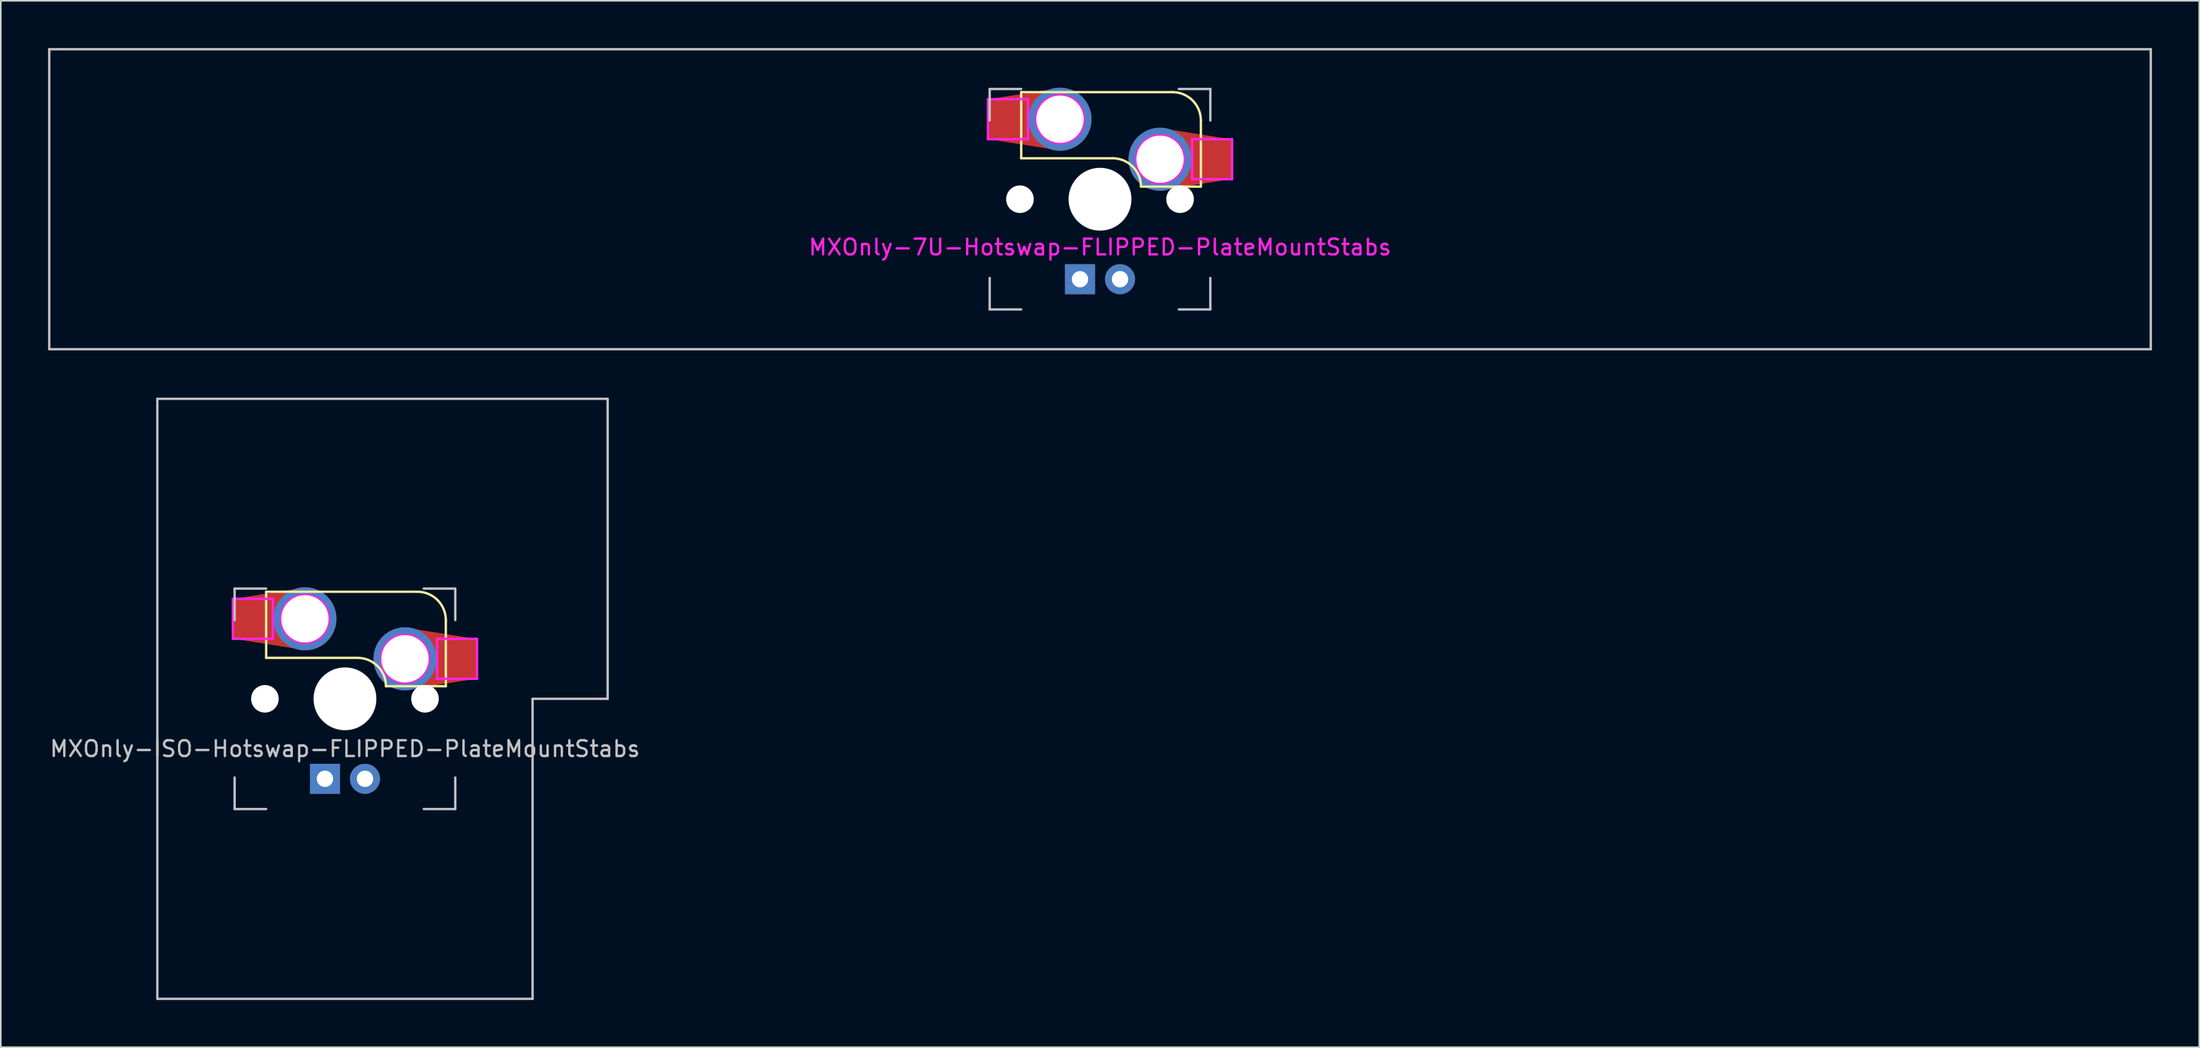
<source format=kicad_pcb>
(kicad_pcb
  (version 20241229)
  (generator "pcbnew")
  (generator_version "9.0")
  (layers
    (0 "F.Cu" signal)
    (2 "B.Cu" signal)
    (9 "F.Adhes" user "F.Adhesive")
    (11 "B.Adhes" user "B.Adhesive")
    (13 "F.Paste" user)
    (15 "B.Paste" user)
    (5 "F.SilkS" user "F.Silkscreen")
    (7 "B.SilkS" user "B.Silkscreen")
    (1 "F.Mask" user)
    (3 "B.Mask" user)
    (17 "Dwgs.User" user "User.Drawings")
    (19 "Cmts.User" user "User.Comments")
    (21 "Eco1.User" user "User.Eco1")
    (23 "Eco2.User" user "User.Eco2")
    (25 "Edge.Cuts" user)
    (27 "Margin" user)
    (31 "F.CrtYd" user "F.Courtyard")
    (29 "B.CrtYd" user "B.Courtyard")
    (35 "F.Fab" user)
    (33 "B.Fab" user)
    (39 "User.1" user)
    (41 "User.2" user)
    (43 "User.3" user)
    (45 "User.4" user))
  (footprint "MXOnly-ISO-Hotswap-FLIPPED-PlateMountStabs"
    (layer "F.Cu")
    (at 18.839 41.325)
    (property "Reference" "MXOnly-ISO-Hotswap-FLIPPED-PlateMountStabs" (at 0 3.175 180) (layer "Dwgs.User") (effects (font (size 1 1) (thickness 0.15))))
    (attr through_hole)
    (fp_line (start -5 -6.8) (end 4.6 -6.8) (stroke (width 0.15) (type solid)) (layer "F.SilkS"))
    (fp_line (start -5 -2.6) (end -5 -6.8) (stroke (width 0.15) (type solid)) (layer "F.SilkS"))
    (fp_line (start 0.8 -2.6) (end -5 -2.6) (stroke (width 0.15) (type solid)) (layer "F.SilkS"))
    (fp_line (start 6.4 -5) (end 6.4 -0.8) (stroke (width 0.15) (type solid)) (layer "F.SilkS"))
    (fp_line (start 6.4 -0.8) (end 2.6 -0.8) (stroke (width 0.15) (type solid)) (layer "F.SilkS"))
    (fp_arc (start 0.8 -2.6) (mid 2.072792 -2.072792) (end 2.6 -0.8) (stroke (width 0.15) (type solid)) (layer "F.SilkS"))
    (fp_arc (start 4.6 -6.8) (mid 5.872792 -6.272792) (end 6.4 -5) (stroke (width 0.15) (type solid)) (layer "F.SilkS"))
    (fp_poly (pts (xy -5.08 -3.493) (xy -7.112 -3.81) (xy -7.112 -6.35) (xy -5.08 -6.668)) (stroke (width 0.1) (type solid)) (fill yes) (layer "F.Paste"))
    (fp_poly (pts (xy 6.477 -4.064) (xy 8.509 -3.747) (xy 8.509 -1.206) (xy 6.477 -0.889)) (stroke (width 0.1) (type solid)) (fill yes) (layer "F.Paste"))
    (fp_line (start -11.906 -19.05) (end -11.906 19.05) (stroke (width 0.15) (type solid)) (layer "Dwgs.User"))
    (fp_line (start -7 -7) (end -7 -5) (stroke (width 0.15) (type solid)) (layer "Dwgs.User"))
    (fp_line (start -7 7) (end -7 5) (stroke (width 0.15) (type solid)) (layer "Dwgs.User"))
    (fp_line (start -5 -7) (end -7 -7) (stroke (width 0.15) (type solid)) (layer "Dwgs.User"))
    (fp_line (start -5 7) (end -7 7) (stroke (width 0.15) (type solid)) (layer "Dwgs.User"))
    (fp_line (start 5 -7) (end 7 -7) (stroke (width 0.15) (type solid)) (layer "Dwgs.User"))
    (fp_line (start 7 -7) (end 7 -5) (stroke (width 0.15) (type solid)) (layer "Dwgs.User"))
    (fp_line (start 7 5) (end 7 7) (stroke (width 0.15) (type solid)) (layer "Dwgs.User"))
    (fp_line (start 7 7) (end 5 7) (stroke (width 0.15) (type solid)) (layer "Dwgs.User"))
    (fp_line (start 11.906 0) (end 16.669 0) (stroke (width 0.15) (type solid)) (layer "Dwgs.User"))
    (fp_line (start 11.906 19.05) (end -11.906 19.05) (stroke (width 0.15) (type solid)) (layer "Dwgs.User"))
    (fp_line (start 11.906 19.05) (end 11.906 0) (stroke (width 0.15) (type solid)) (layer "Dwgs.User"))
    (fp_line (start 16.669 -19.05) (end -11.906 -19.05) (stroke (width 0.15) (type solid)) (layer "Dwgs.User"))
    (fp_line (start 16.669 -19.05) (end 16.669 0) (stroke (width 0.15) (type solid)) (layer "Dwgs.User"))
    (fp_line (start -7.112 -6.35) (end -7.112 -3.81) (stroke (width 0.15) (type solid)) (layer "F.CrtYd"))
    (fp_line (start -7.112 -3.81) (end -4.572 -3.81) (stroke (width 0.15) (type solid)) (layer "F.CrtYd"))
    (fp_line (start -4.572 -6.35) (end -7.112 -6.35) (stroke (width 0.15) (type solid)) (layer "F.CrtYd"))
    (fp_line (start -4.572 -3.81) (end -4.572 -6.35) (stroke (width 0.15) (type solid)) (layer "F.CrtYd"))
    (fp_line (start 5.842 -3.81) (end 5.842 -1.27) (stroke (width 0.15) (type solid)) (layer "F.CrtYd"))
    (fp_line (start 5.842 -1.27) (end 8.382 -1.27) (stroke (width 0.15) (type solid)) (layer "F.CrtYd"))
    (fp_line (start 8.382 -3.81) (end 5.842 -3.81) (stroke (width 0.15) (type solid)) (layer "F.CrtYd"))
    (fp_line (start 8.382 -1.27) (end 8.382 -3.81) (stroke (width 0.15) (type solid)) (layer "F.CrtYd"))
    (fp_circle (center -2.54 -5.08) (end -2.54 -6.604) (stroke (width 0.15) (type solid)) (fill no) (layer "F.CrtYd"))
    (fp_circle (center 3.81 -2.54) (end 3.81 -4.064) (stroke (width 0.15) (type solid)) (fill no) (layer "F.CrtYd"))
    (pad "" np_thru_hole circle (at -5.08 0 131.9) (size 1.75 1.75) (drill 1.75) (layers "*.Cu" "*.Mask"))
    (pad "" np_thru_hole circle (at 0 0 180) (size 3.988 3.988) (drill 3.988) (layers "*.Cu" "*.Mask"))
    (pad "" np_thru_hole circle (at 5.08 0 131.9) (size 1.75 1.75) (drill 1.75) (layers "*.Cu" "*.Mask"))
    (pad "1" thru_hole circle (at 3.81 -2.54 180) (size 4 4) (drill 3) (layers "*.Cu" "F.Mask"))
    (pad "1" smd custom (at 7.085 -2.54 180) (size 2.55 2.5) (layers "F.Cu" "F.Mask") (options (anchor rect)) (primitives (gr_poly (pts (xy -1.195 1.219) (xy 3.275 1.93) (xy 3.275 -1.93) (xy -1.195 -1.219)) (width 0.1) (fill yes))))
    (pad "2" smd custom (at -5.841 -5.08 180) (size 2.55 2.5) (layers "F.Cu" "F.Mask") (options (anchor rect)) (primitives (gr_poly (pts (xy 1.219 -1.219) (xy -3.251 -1.93) (xy -3.251 1.93) (xy 1.219 1.219)) (width 0.1) (fill yes))))
    (pad "2" thru_hole circle (at -2.54 -5.08 180) (size 4 4) (drill 3) (layers "*.Cu" "F.Mask"))
    (pad "3" thru_hole circle (at 1.27 5.08) (size 1.905 1.905) (drill 1.04) (layers "*.Cu" "B.Mask"))
    (pad "4" thru_hole rect (at -1.27 5.08) (size 1.905 1.905) (drill 1.04) (layers "*.Cu" "B.Mask")))
  (footprint "MXOnly-7U-Hotswap-FLIPPED-PlateMountStabs"
    (layer "F.Cu")
    (at 66.75 9.6)
    (property "Reference" "MXOnly-7U-Hotswap-FLIPPED-PlateMountStabs" (at 0 3.048 180) (layer "F.CrtYd") (effects (font (size 1 1) (thickness 0.15))))
    (attr smd)
    (fp_line (start -5 -6.8) (end 4.6 -6.8) (stroke (width 0.15) (type solid)) (layer "F.SilkS"))
    (fp_line (start -5 -2.6) (end -5 -6.8) (stroke (width 0.15) (type solid)) (layer "F.SilkS"))
    (fp_line (start 0.8 -2.6) (end -5 -2.6) (stroke (width 0.15) (type solid)) (layer "F.SilkS"))
    (fp_line (start 6.4 -5) (end 6.4 -0.8) (stroke (width 0.15) (type solid)) (layer "F.SilkS"))
    (fp_line (start 6.4 -0.8) (end 2.6 -0.8) (stroke (width 0.15) (type solid)) (layer "F.SilkS"))
    (fp_arc (start 0.8 -2.6) (mid 2.072792 -2.072792) (end 2.6 -0.8) (stroke (width 0.15) (type solid)) (layer "F.SilkS"))
    (fp_arc (start 4.6 -6.8) (mid 5.872792 -6.272792) (end 6.4 -5) (stroke (width 0.15) (type solid)) (layer "F.SilkS"))
    (fp_poly (pts (xy -5.08 -3.493) (xy -7.112 -3.81) (xy -7.112 -6.35) (xy -5.08 -6.668)) (stroke (width 0.1) (type solid)) (fill yes) (layer "F.Paste"))
    (fp_poly (pts (xy 6.477 -4.064) (xy 8.509 -3.747) (xy 8.509 -1.206) (xy 6.477 -0.889)) (stroke (width 0.1) (type solid)) (fill yes) (layer "F.Paste"))
    (fp_line (start -66.675 -9.525) (end 66.675 -9.525) (stroke (width 0.15) (type solid)) (layer "Dwgs.User"))
    (fp_line (start -66.675 9.525) (end -66.675 -9.525) (stroke (width 0.15) (type solid)) (layer "Dwgs.User"))
    (fp_line (start -7 -7) (end -7 -5) (stroke (width 0.15) (type solid)) (layer "Dwgs.User"))
    (fp_line (start -7 7) (end -7 5) (stroke (width 0.15) (type solid)) (layer "Dwgs.User"))
    (fp_line (start -5 -7) (end -7 -7) (stroke (width 0.15) (type solid)) (layer "Dwgs.User"))
    (fp_line (start -5 7) (end -7 7) (stroke (width 0.15) (type solid)) (layer "Dwgs.User"))
    (fp_line (start 5 -7) (end 7 -7) (stroke (width 0.15) (type solid)) (layer "Dwgs.User"))
    (fp_line (start 7 -7) (end 7 -5) (stroke (width 0.15) (type solid)) (layer "Dwgs.User"))
    (fp_line (start 7 5) (end 7 7) (stroke (width 0.15) (type solid)) (layer "Dwgs.User"))
    (fp_line (start 7 7) (end 5 7) (stroke (width 0.15) (type solid)) (layer "Dwgs.User"))
    (fp_line (start 66.675 -9.525) (end 66.675 9.525) (stroke (width 0.15) (type solid)) (layer "Dwgs.User"))
    (fp_line (start 66.675 9.525) (end -66.675 9.525) (stroke (width 0.15) (type solid)) (layer "Dwgs.User"))
    (fp_line (start -7.112 -6.35) (end -7.112 -3.81) (stroke (width 0.15) (type solid)) (layer "F.CrtYd"))
    (fp_line (start -7.112 -3.81) (end -4.572 -3.81) (stroke (width 0.15) (type solid)) (layer "F.CrtYd"))
    (fp_line (start -4.572 -6.35) (end -7.112 -6.35) (stroke (width 0.15) (type solid)) (layer "F.CrtYd"))
    (fp_line (start -4.572 -3.81) (end -4.572 -6.35) (stroke (width 0.15) (type solid)) (layer "F.CrtYd"))
    (fp_line (start 5.842 -3.81) (end 5.842 -1.27) (stroke (width 0.15) (type solid)) (layer "F.CrtYd"))
    (fp_line (start 5.842 -1.27) (end 8.382 -1.27) (stroke (width 0.15) (type solid)) (layer "F.CrtYd"))
    (fp_line (start 8.382 -3.81) (end 5.842 -3.81) (stroke (width 0.15) (type solid)) (layer "F.CrtYd"))
    (fp_line (start 8.382 -1.27) (end 8.382 -3.81) (stroke (width 0.15) (type solid)) (layer "F.CrtYd"))
    (fp_circle (center -2.54 -5.08) (end -2.54 -6.604) (stroke (width 0.15) (type solid)) (fill no) (layer "F.CrtYd"))
    (fp_circle (center 3.81 -2.54) (end 3.81 -4.064) (stroke (width 0.15) (type solid)) (fill no) (layer "F.CrtYd"))
    (pad "" np_thru_hole circle (at -5.08 0 131.9) (size 1.75 1.75) (drill 1.75) (layers "*.Cu" "*.Mask"))
    (pad "" np_thru_hole circle (at 0 0 180) (size 3.988 3.988) (drill 3.988) (layers "*.Cu" "*.Mask"))
    (pad "" np_thru_hole circle (at 5.08 0 131.9) (size 1.75 1.75) (drill 1.75) (layers "*.Cu" "*.Mask"))
    (pad "1" thru_hole circle (at 3.81 -2.54 180) (size 4 4) (drill 3) (layers "*.Cu" "F.Mask"))
    (pad "1" smd custom (at 7.085 -2.54 180) (size 2.55 2.5) (layers "F.Cu" "F.Mask") (options (anchor rect)) (primitives (gr_poly (pts (xy -1.195 1.219) (xy 3.275 1.93) (xy 3.275 -1.93) (xy -1.195 -1.219)) (width 0.1) (fill yes))))
    (pad "2" smd custom (at -5.841 -5.08 180) (size 2.55 2.5) (layers "F.Cu" "F.Mask") (options (anchor rect)) (primitives (gr_poly (pts (xy 1.219 -1.219) (xy -3.251 -1.93) (xy -3.251 1.93) (xy 1.219 1.219)) (width 0.1) (fill yes))))
    (pad "2" thru_hole circle (at -2.54 -5.08 180) (size 4 4) (drill 3) (layers "*.Cu" "F.Mask"))
    (pad "3" thru_hole circle (at 1.27 5.08) (size 1.905 1.905) (drill 1.04) (layers "*.Cu" "F.Mask"))
    (pad "4" thru_hole rect (at -1.27 5.08) (size 1.905 1.905) (drill 1.04) (layers "*.Cu" "F.Mask")))
  (gr_rect
    (start -3 -3)
    (end 136.5 63.45)
    (stroke (width 0.1) (type default))
    (fill no)
    (layer "Edge.Cuts")))
</source>
